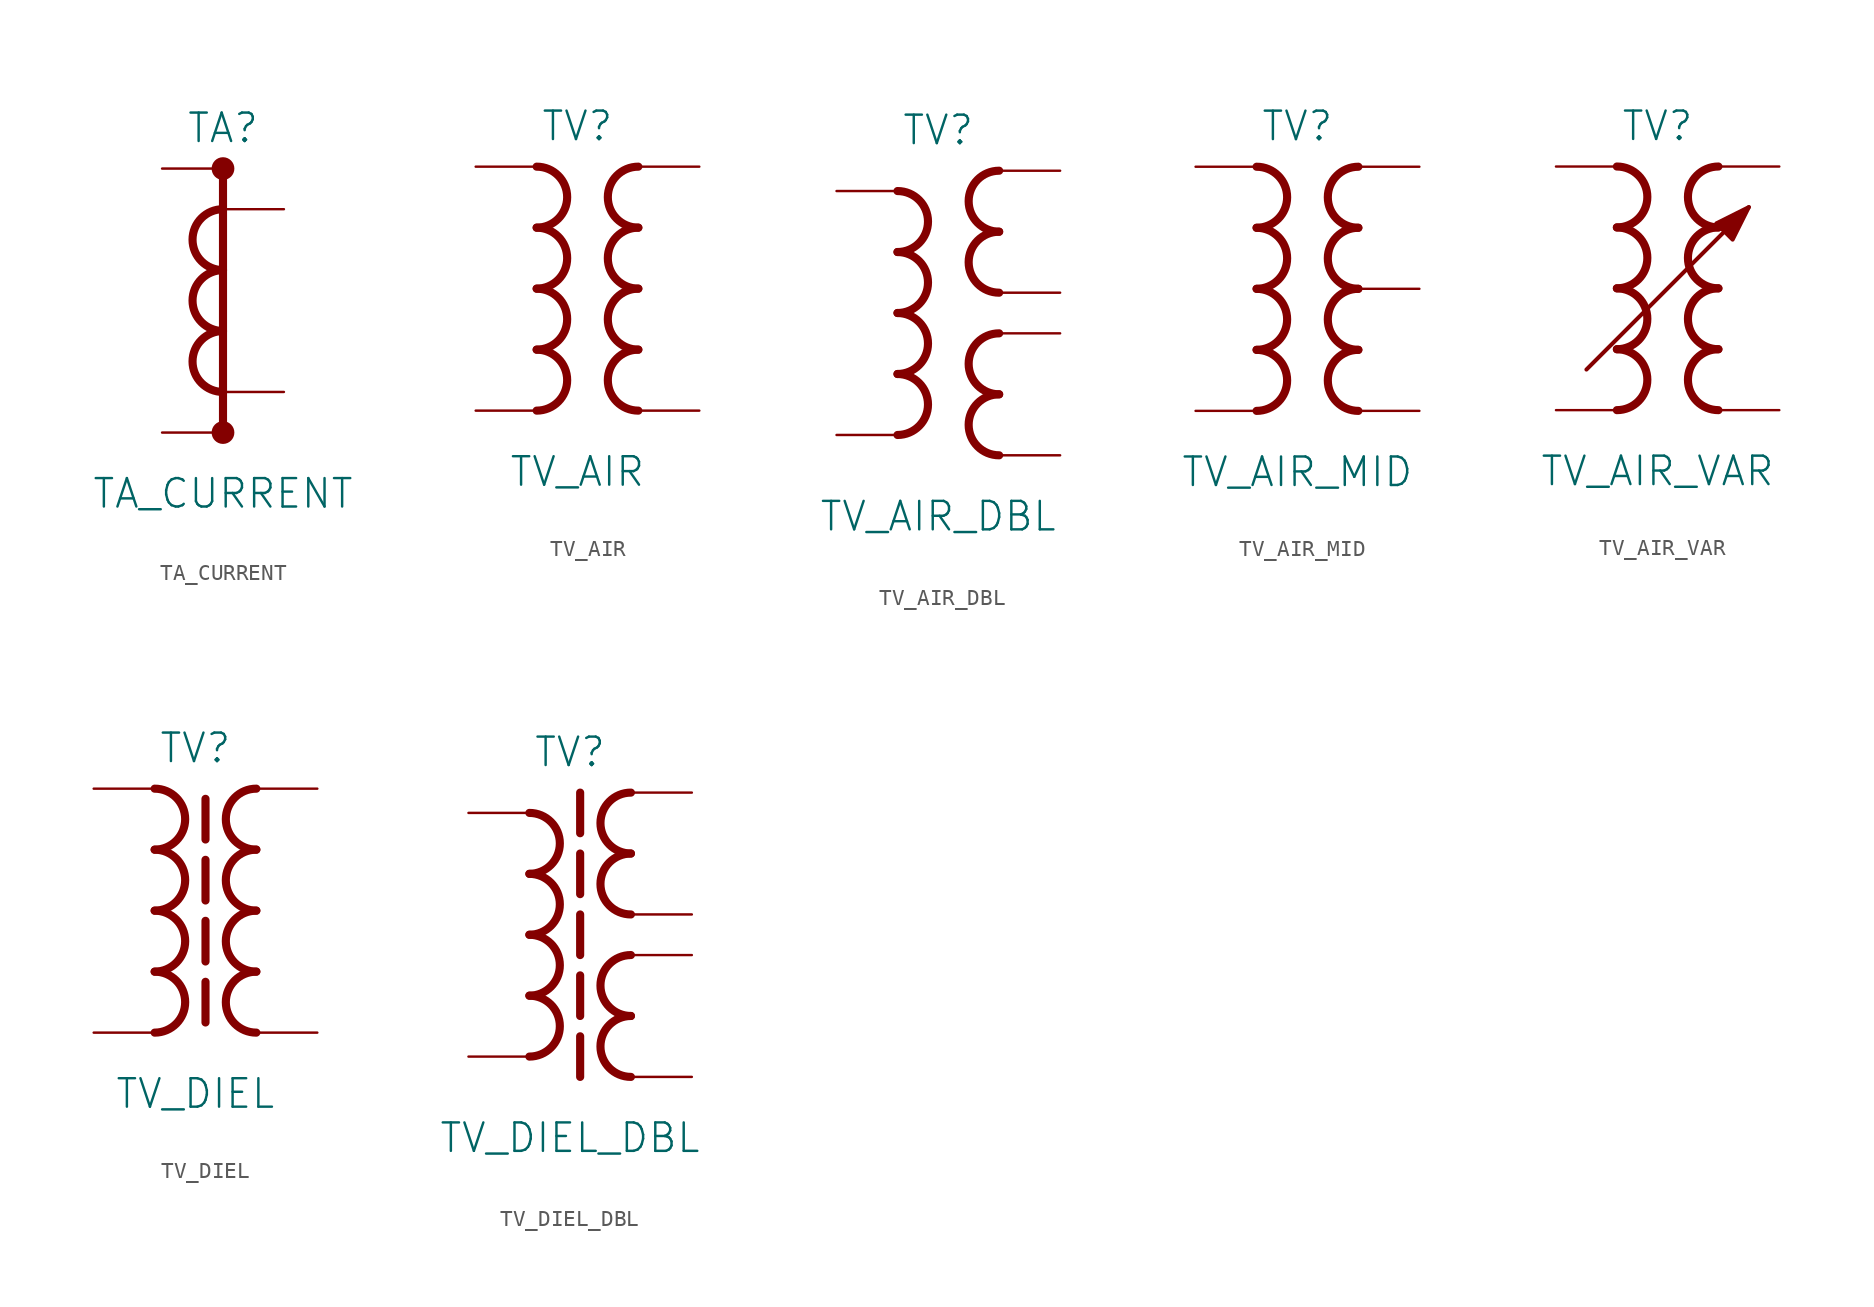
<source format=kicad_sym>
(kicad_symbol_lib
  (version 20211014)
  (generator kicad_symbol_editor)
  (symbol "TA_CURRENT"
    (pin_names
      (offset 0))
    (property "Reference" "TA"
      (at 0 11.43 0)
      (effects (font (size 1.778 1.778))))
    (property "Value" "TA_CURRENT"
      (at 0 -11.43 0)
      (effects (font (size 1.778 1.778))))
    (symbol "TA_CURRENT_0_1"
      (circle (center 0 -7.62) (radius 0.635) (stroke (width 0) (type default) (color 0 0 0 0)) (fill (type outline)))
      (arc (start 0 -1.27) (mid -1.905 -3.175) (end 0 -5.08) (stroke (width 0.508) (type default) (color 0 0 0 0)) (fill (type none)))
      (polyline (pts (xy -3.81 -7.62) (xy 0 -7.62)) (stroke (width 0) (type default) (color 0 0 0 0)) (fill (type none)))
      (polyline (pts (xy -3.81 8.89) (xy 0 8.89)) (stroke (width 0) (type default) (color 0 0 0 0)) (fill (type none)))
      (polyline (pts (xy 0 -5.08) (xy 3.81 -5.08)) (stroke (width 0) (type default) (color 0 0 0 0)) (fill (type none)))
      (polyline (pts (xy 0 6.35) (xy 3.81 6.35)) (stroke (width 0) (type default) (color 0 0 0 0)) (fill (type none)))
      (polyline (pts (xy 0 8.89) (xy 0 -7.62)) (stroke (width 0.508) (type default) (color 0 0 0 0)) (fill (type none)))
      (arc (start 0 2.54) (mid -1.905 0.635) (end 0 -1.27) (stroke (width 0.508) (type default) (color 0 0 0 0)) (fill (type none)))
      (arc (start 0 6.35) (mid -1.905 4.445) (end 0 2.54) (stroke (width 0.508) (type default) (color 0 0 0 0)) (fill (type none)))
      (circle (center 0 8.89) (radius 0.635) (stroke (width 0) (type default) (color 0 0 0 0)) (fill (type outline))))
    (symbol "TA_CURRENT_1_1"
      (pin passive line (at -3.81 8.89 0) (length 2.54) hide (name "~" (effects (font (size 1.27 1.27)))) (number "1" (effects (font (size 1.27 1.27)))))
      (pin passive line (at -3.81 -7.62 0) (length 2.54) hide (name "~" (effects (font (size 1.27 1.27)))) (number "2" (effects (font (size 1.27 1.27)))))
      (pin passive line (at 3.81 6.35 180) (length 2.54) hide (name "~" (effects (font (size 1.27 1.27)))) (number "3" (effects (font (size 1.27 1.27)))))
      (pin passive line (at 3.81 -5.08 180) (length 2.54) hide (name "~" (effects (font (size 1.27 1.27)))) (number "4" (effects (font (size 1.27 1.27)))))))
  (symbol "TV_AIR"
    (pin_names
      (offset 0))
    (property "Reference" "TV"
      (at -1.27 10.16 0)
      (effects (font (size 1.778 1.778))))
    (property "Value" "TV_AIR"
      (at -1.27 -11.43 0)
      (effects (font (size 1.778 1.778))))
    (symbol "TV_AIR_0_1"
      (arc (start -3.81 -7.62) (mid -1.905 -5.715) (end -3.81 -3.81) (stroke (width 0.508) (type default) (color 0 0 0 0)) (fill (type none)))
      (arc (start -3.81 -3.81) (mid -1.905 -1.905) (end -3.81 0) (stroke (width 0.508) (type default) (color 0 0 0 0)) (fill (type none)))
      (arc (start -3.81 0) (mid -1.905 1.905) (end -3.81 3.81) (stroke (width 0.508) (type default) (color 0 0 0 0)) (fill (type none)))
      (arc (start -3.81 3.81) (mid -1.905 5.715) (end -3.81 7.62) (stroke (width 0.508) (type default) (color 0 0 0 0)) (fill (type none)))
      (polyline (pts (xy -7.62 -7.62) (xy -3.81 -7.62)) (stroke (width 0) (type default) (color 0 0 0 0)) (fill (type none)))
      (polyline (pts (xy -7.62 7.62) (xy -3.81 7.62)) (stroke (width 0) (type default) (color 0 0 0 0)) (fill (type none)))
      (polyline (pts (xy 2.54 -7.62) (xy 6.35 -7.62)) (stroke (width 0) (type default) (color 0 0 0 0)) (fill (type none)))
      (polyline (pts (xy 2.54 7.62) (xy 6.35 7.62)) (stroke (width 0) (type default) (color 0 0 0 0)) (fill (type none)))
      (arc (start 2.54 -3.81) (mid 0.635 -5.715) (end 2.54 -7.62) (stroke (width 0.508) (type default) (color 0 0 0 0)) (fill (type none)))
      (arc (start 2.54 0) (mid 0.635 -1.905) (end 2.54 -3.81) (stroke (width 0.508) (type default) (color 0 0 0 0)) (fill (type none)))
      (arc (start 2.54 3.81) (mid 0.635 1.905) (end 2.54 0) (stroke (width 0.508) (type default) (color 0 0 0 0)) (fill (type none)))
      (arc (start 2.54 7.62) (mid 0.635 5.715) (end 2.54 3.81) (stroke (width 0.508) (type default) (color 0 0 0 0)) (fill (type none))))
    (symbol "TV_AIR_1_1"
      (pin passive line (at -7.62 7.62 0) (length 2.54) hide (name "~" (effects (font (size 1.27 1.27)))) (number "1" (effects (font (size 1.27 1.27)))))
      (pin passive line (at -7.62 -7.62 0) (length 2.54) hide (name "~" (effects (font (size 1.27 1.27)))) (number "2" (effects (font (size 1.27 1.27)))))
      (pin passive line (at 6.35 7.62 180) (length 2.54) hide (name "~" (effects (font (size 1.27 1.27)))) (number "3" (effects (font (size 1.27 1.27)))))
      (pin passive line (at 6.35 -7.62 180) (length 2.54) hide (name "~" (effects (font (size 1.27 1.27)))) (number "4" (effects (font (size 1.27 1.27)))))))
  (symbol "TV_AIR_DBL"
    (pin_names
      (offset 0))
    (property "Reference" "TV"
      (at -1.27 11.43 0)
      (effects (font (size 1.778 1.778))))
    (property "Value" "TV_AIR_DBL"
      (at -1.27 -12.7 0)
      (effects (font (size 1.778 1.778))))
    (symbol "TV_AIR_DBL_0_1"
      (arc (start -3.81 -7.62) (mid -1.905 -5.715) (end -3.81 -3.81) (stroke (width 0.508) (type default) (color 0 0 0 0)) (fill (type none)))
      (arc (start -3.81 -3.81) (mid -1.905 -1.905) (end -3.81 0) (stroke (width 0.508) (type default) (color 0 0 0 0)) (fill (type none)))
      (arc (start -3.81 0) (mid -1.905 1.905) (end -3.81 3.81) (stroke (width 0.508) (type default) (color 0 0 0 0)) (fill (type none)))
      (arc (start -3.81 3.81) (mid -1.905 5.715) (end -3.81 7.62) (stroke (width 0.508) (type default) (color 0 0 0 0)) (fill (type none)))
      (polyline (pts (xy -7.62 -7.62) (xy -3.81 -7.62)) (stroke (width 0) (type default) (color 0 0 0 0)) (fill (type none)))
      (polyline (pts (xy -7.62 7.62) (xy -3.81 7.62)) (stroke (width 0) (type default) (color 0 0 0 0)) (fill (type none)))
      (polyline (pts (xy 2.54 -8.89) (xy 6.35 -8.89)) (stroke (width 0) (type default) (color 0 0 0 0)) (fill (type none)))
      (polyline (pts (xy 2.54 -1.27) (xy 6.35 -1.27)) (stroke (width 0) (type default) (color 0 0 0 0)) (fill (type none)))
      (polyline (pts (xy 2.54 1.27) (xy 6.35 1.27)) (stroke (width 0) (type default) (color 0 0 0 0)) (fill (type none)))
      (polyline (pts (xy 2.54 8.89) (xy 6.35 8.89)) (stroke (width 0) (type default) (color 0 0 0 0)) (fill (type none)))
      (arc (start 2.54 -5.08) (mid 0.635 -6.985) (end 2.54 -8.89) (stroke (width 0.508) (type default) (color 0 0 0 0)) (fill (type none)))
      (arc (start 2.54 -1.27) (mid 0.635 -3.175) (end 2.54 -5.08) (stroke (width 0.508) (type default) (color 0 0 0 0)) (fill (type none)))
      (arc (start 2.54 5.08) (mid 0.635 3.175) (end 2.54 1.27) (stroke (width 0.508) (type default) (color 0 0 0 0)) (fill (type none)))
      (arc (start 2.54 8.89) (mid 0.635 6.985) (end 2.54 5.08) (stroke (width 0.508) (type default) (color 0 0 0 0)) (fill (type none))))
    (symbol "TV_AIR_DBL_1_1"
      (pin passive line (at -7.62 7.62 0) (length 2.54) hide (name "~" (effects (font (size 1.27 1.27)))) (number "1" (effects (font (size 1.27 1.27)))))
      (pin passive line (at -7.62 -7.62 0) (length 2.54) hide (name "~" (effects (font (size 1.27 1.27)))) (number "2" (effects (font (size 1.27 1.27)))))
      (pin passive line (at 6.35 8.89 180) (length 2.54) hide (name "~" (effects (font (size 1.27 1.27)))) (number "3" (effects (font (size 1.27 1.27)))))
      (pin passive line (at 6.35 1.27 180) (length 2.54) hide (name "~" (effects (font (size 1.27 1.27)))) (number "4" (effects (font (size 1.27 1.27)))))
      (pin passive line (at 6.35 -1.27 180) (length 2.54) hide (name "~" (effects (font (size 1.27 1.27)))) (number "5" (effects (font (size 1.27 1.27)))))
      (pin passive line (at 6.35 -8.89 180) (length 2.54) hide (name "~" (effects (font (size 1.27 1.27)))) (number "6" (effects (font (size 1.27 1.27)))))))
  (symbol "TV_AIR_MID"
    (pin_names
      (offset 0))
    (property "Reference" "TV"
      (at -1.27 10.16 0)
      (effects (font (size 1.778 1.778))))
    (property "Value" "TV_AIR_MID"
      (at -1.27 -11.43 0)
      (effects (font (size 1.778 1.778))))
    (symbol "TV_AIR_MID_0_1"
      (arc (start -3.81 -7.62) (mid -1.905 -5.715) (end -3.81 -3.81) (stroke (width 0.508) (type default) (color 0 0 0 0)) (fill (type none)))
      (arc (start -3.81 -3.81) (mid -1.905 -1.905) (end -3.81 0) (stroke (width 0.508) (type default) (color 0 0 0 0)) (fill (type none)))
      (arc (start -3.81 0) (mid -1.905 1.905) (end -3.81 3.81) (stroke (width 0.508) (type default) (color 0 0 0 0)) (fill (type none)))
      (arc (start -3.81 3.81) (mid -1.905 5.715) (end -3.81 7.62) (stroke (width 0.508) (type default) (color 0 0 0 0)) (fill (type none)))
      (polyline (pts (xy -7.62 -7.62) (xy -3.81 -7.62)) (stroke (width 0) (type default) (color 0 0 0 0)) (fill (type none)))
      (polyline (pts (xy -7.62 7.62) (xy -3.81 7.62)) (stroke (width 0) (type default) (color 0 0 0 0)) (fill (type none)))
      (polyline (pts (xy 2.54 -7.62) (xy 6.35 -7.62)) (stroke (width 0) (type default) (color 0 0 0 0)) (fill (type none)))
      (polyline (pts (xy 2.54 0) (xy 6.35 0)) (stroke (width 0) (type default) (color 0 0 0 0)) (fill (type none)))
      (polyline (pts (xy 2.54 7.62) (xy 6.35 7.62)) (stroke (width 0) (type default) (color 0 0 0 0)) (fill (type none)))
      (arc (start 2.54 -3.81) (mid 0.635 -5.715) (end 2.54 -7.62) (stroke (width 0.508) (type default) (color 0 0 0 0)) (fill (type none)))
      (arc (start 2.54 0) (mid 0.635 -1.905) (end 2.54 -3.81) (stroke (width 0.508) (type default) (color 0 0 0 0)) (fill (type none)))
      (arc (start 2.54 3.81) (mid 0.635 1.905) (end 2.54 0) (stroke (width 0.508) (type default) (color 0 0 0 0)) (fill (type none)))
      (arc (start 2.54 7.62) (mid 0.635 5.715) (end 2.54 3.81) (stroke (width 0.508) (type default) (color 0 0 0 0)) (fill (type none))))
    (symbol "TV_AIR_MID_1_1"
      (pin passive line (at -7.62 7.62 0) (length 2.54) hide (name "~" (effects (font (size 1.27 1.27)))) (number "1" (effects (font (size 1.27 1.27)))))
      (pin passive line (at -7.62 -7.62 0) (length 2.54) hide (name "~" (effects (font (size 1.27 1.27)))) (number "2" (effects (font (size 1.27 1.27)))))
      (pin passive line (at 6.35 7.62 180) (length 2.54) hide (name "~" (effects (font (size 1.27 1.27)))) (number "3" (effects (font (size 1.27 1.27)))))
      (pin passive line (at 6.35 0 180) (length 2.54) hide (name "~" (effects (font (size 1.27 1.27)))) (number "4" (effects (font (size 1.27 1.27)))))
      (pin passive line (at 6.35 -7.62 180) (length 2.54) hide (name "~" (effects (font (size 1.27 1.27)))) (number "5" (effects (font (size 1.27 1.27)))))))
  (symbol "TV_AIR_VAR"
    (pin_names
      (offset 0))
    (property "Reference" "TV"
      (at -1.27 10.16 0)
      (effects (font (size 1.778 1.778))))
    (property "Value" "TV_AIR_VAR"
      (at -1.27 -11.43 0)
      (effects (font (size 1.778 1.778))))
    (symbol "TV_AIR_VAR_0_1"
      (arc (start -3.81 -7.62) (mid -1.905 -5.715) (end -3.81 -3.81) (stroke (width 0.508) (type default) (color 0 0 0 0)) (fill (type none)))
      (arc (start -3.81 -3.81) (mid -1.905 -1.905) (end -3.81 0) (stroke (width 0.508) (type default) (color 0 0 0 0)) (fill (type none)))
      (arc (start -3.81 0) (mid -1.905 1.905) (end -3.81 3.81) (stroke (width 0.508) (type default) (color 0 0 0 0)) (fill (type none)))
      (arc (start -3.81 3.81) (mid -1.905 5.715) (end -3.81 7.62) (stroke (width 0.508) (type default) (color 0 0 0 0)) (fill (type none)))
      (polyline (pts (xy -7.62 -7.62) (xy -3.81 -7.62)) (stroke (width 0) (type default) (color 0 0 0 0)) (fill (type none)))
      (polyline (pts (xy -7.62 7.62) (xy -3.81 7.62)) (stroke (width 0) (type default) (color 0 0 0 0)) (fill (type none)))
      (polyline (pts (xy 2.54 -7.62) (xy 6.35 -7.62)) (stroke (width 0) (type default) (color 0 0 0 0)) (fill (type none)))
      (polyline (pts (xy 2.54 7.62) (xy 6.35 7.62)) (stroke (width 0) (type default) (color 0 0 0 0)) (fill (type none)))
      (polyline (pts (xy 4.445 5.08) (xy -5.715 -5.08)) (stroke (width 0.254) (type default) (color 0 0 0 0)) (fill (type none)))
      (polyline (pts (xy 4.445 5.08) (xy 2.413 4.064) (xy 3.429 3.048) (xy 4.445 5.08)) (stroke (width 0.254) (type default) (color 0 0 0 0)) (fill (type outline)))
      (arc (start 2.54 -3.81) (mid 0.635 -5.715) (end 2.54 -7.62) (stroke (width 0.508) (type default) (color 0 0 0 0)) (fill (type none)))
      (arc (start 2.54 0) (mid 0.635 -1.905) (end 2.54 -3.81) (stroke (width 0.508) (type default) (color 0 0 0 0)) (fill (type none)))
      (arc (start 2.54 3.81) (mid 0.635 1.905) (end 2.54 0) (stroke (width 0.508) (type default) (color 0 0 0 0)) (fill (type none)))
      (arc (start 2.54 7.62) (mid 0.635 5.715) (end 2.54 3.81) (stroke (width 0.508) (type default) (color 0 0 0 0)) (fill (type none))))
    (symbol "TV_AIR_VAR_1_1"
      (pin passive line (at -7.62 7.62 0) (length 2.54) hide (name "~" (effects (font (size 1.27 1.27)))) (number "1" (effects (font (size 1.27 1.27)))))
      (pin passive line (at -7.62 -7.62 0) (length 2.54) hide (name "~" (effects (font (size 1.27 1.27)))) (number "2" (effects (font (size 1.27 1.27)))))
      (pin passive line (at 6.35 7.62 180) (length 2.54) hide (name "~" (effects (font (size 1.27 1.27)))) (number "3" (effects (font (size 1.27 1.27)))))
      (pin passive line (at 6.35 -7.62 180) (length 2.54) hide (name "~" (effects (font (size 1.27 1.27)))) (number "4" (effects (font (size 1.27 1.27)))))))
  (symbol "TV_DIEL"
    (pin_names
      (offset 0))
    (property "Reference" "TV"
      (at -1.27 10.16 0)
      (effects (font (size 1.778 1.778))))
    (property "Value" "TV_DIEL"
      (at -1.27 -11.43 0)
      (effects (font (size 1.778 1.778))))
    (symbol "TV_DIEL_0_1"
      (arc (start -3.81 -7.62) (mid -1.905 -5.715) (end -3.81 -3.81) (stroke (width 0.508) (type default) (color 0 0 0 0)) (fill (type none)))
      (arc (start -3.81 -3.81) (mid -1.905 -1.905) (end -3.81 0) (stroke (width 0.508) (type default) (color 0 0 0 0)) (fill (type none)))
      (arc (start -3.81 0) (mid -1.905 1.905) (end -3.81 3.81) (stroke (width 0.508) (type default) (color 0 0 0 0)) (fill (type none)))
      (arc (start -3.81 3.81) (mid -1.905 5.715) (end -3.81 7.62) (stroke (width 0.508) (type default) (color 0 0 0 0)) (fill (type none)))
      (polyline (pts (xy -7.62 -7.62) (xy -3.81 -7.62)) (stroke (width 0) (type default) (color 0 0 0 0)) (fill (type none)))
      (polyline (pts (xy -7.62 7.62) (xy -3.81 7.62)) (stroke (width 0) (type default) (color 0 0 0 0)) (fill (type none)))
      (polyline (pts (xy -0.635 -4.445) (xy -0.635 -6.985)) (stroke (width 0.508) (type default) (color 0 0 0 0)) (fill (type none)))
      (polyline (pts (xy -0.635 -0.635) (xy -0.635 -3.175)) (stroke (width 0.508) (type default) (color 0 0 0 0)) (fill (type none)))
      (polyline (pts (xy -0.635 3.175) (xy -0.635 0.635)) (stroke (width 0.508) (type default) (color 0 0 0 0)) (fill (type none)))
      (polyline (pts (xy -0.635 6.985) (xy -0.635 4.445)) (stroke (width 0.508) (type default) (color 0 0 0 0)) (fill (type none)))
      (polyline (pts (xy 2.54 -7.62) (xy 6.35 -7.62)) (stroke (width 0) (type default) (color 0 0 0 0)) (fill (type none)))
      (polyline (pts (xy 2.54 7.62) (xy 6.35 7.62)) (stroke (width 0) (type default) (color 0 0 0 0)) (fill (type none)))
      (arc (start 2.54 -3.81) (mid 0.635 -5.715) (end 2.54 -7.62) (stroke (width 0.508) (type default) (color 0 0 0 0)) (fill (type none)))
      (arc (start 2.54 3.81) (mid 0.635 1.905) (end 2.54 0) (stroke (width 0.508) (type default) (color 0 0 0 0)) (fill (type none)))
      (arc (start 2.54 7.62) (mid 0.635 5.715) (end 2.54 3.81) (stroke (width 0.508) (type default) (color 0 0 0 0)) (fill (type none))))
    (symbol "TV_DIEL_1_1"
      (arc (start 2.54 0) (mid 0.635 -1.905) (end 2.54 -3.81) (stroke (width 0.508) (type default) (color 0 0 0 0)) (fill (type none)))
      (pin passive line (at -7.62 7.62 0) (length 2.54) hide (name "~" (effects (font (size 1.27 1.27)))) (number "1" (effects (font (size 1.27 1.27)))))
      (pin passive line (at -7.62 -7.62 0) (length 2.54) hide (name "~" (effects (font (size 1.27 1.27)))) (number "2" (effects (font (size 1.27 1.27)))))
      (pin passive line (at 6.35 7.62 180) (length 2.54) hide (name "~" (effects (font (size 1.27 1.27)))) (number "3" (effects (font (size 1.27 1.27)))))
      (pin passive line (at 6.35 -7.62 180) (length 2.54) hide (name "~" (effects (font (size 1.27 1.27)))) (number "4" (effects (font (size 1.27 1.27)))))))
  (symbol "TV_DIEL_DBL"
    (pin_names
      (offset 0))
    (property "Reference" "TV"
      (at -1.27 11.43 0)
      (effects (font (size 1.778 1.778))))
    (property "Value" "TV_DIEL_DBL"
      (at -1.27 -12.7 0)
      (effects (font (size 1.778 1.778))))
    (symbol "TV_DIEL_DBL_0_1"
      (arc (start -3.81 -7.62) (mid -1.905 -5.715) (end -3.81 -3.81) (stroke (width 0.508) (type default) (color 0 0 0 0)) (fill (type none)))
      (arc (start -3.81 -3.81) (mid -1.905 -1.905) (end -3.81 0) (stroke (width 0.508) (type default) (color 0 0 0 0)) (fill (type none)))
      (arc (start -3.81 0) (mid -1.905 1.905) (end -3.81 3.81) (stroke (width 0.508) (type default) (color 0 0 0 0)) (fill (type none)))
      (arc (start -3.81 3.81) (mid -1.905 5.715) (end -3.81 7.62) (stroke (width 0.508) (type default) (color 0 0 0 0)) (fill (type none)))
      (polyline (pts (xy -7.62 -7.62) (xy -3.81 -7.62)) (stroke (width 0) (type default) (color 0 0 0 0)) (fill (type none)))
      (polyline (pts (xy -7.62 7.62) (xy -3.81 7.62)) (stroke (width 0) (type default) (color 0 0 0 0)) (fill (type none)))
      (polyline (pts (xy -0.635 -6.35) (xy -0.635 -8.89)) (stroke (width 0.508) (type default) (color 0 0 0 0)) (fill (type none)))
      (polyline (pts (xy -0.635 -2.54) (xy -0.635 -5.08)) (stroke (width 0.508) (type default) (color 0 0 0 0)) (fill (type none)))
      (polyline (pts (xy -0.635 1.27) (xy -0.635 -1.27)) (stroke (width 0.508) (type default) (color 0 0 0 0)) (fill (type none)))
      (polyline (pts (xy -0.635 5.08) (xy -0.635 2.54)) (stroke (width 0.508) (type default) (color 0 0 0 0)) (fill (type none)))
      (polyline (pts (xy -0.635 8.89) (xy -0.635 6.35)) (stroke (width 0.508) (type default) (color 0 0 0 0)) (fill (type none)))
      (polyline (pts (xy 2.54 -8.89) (xy 6.35 -8.89)) (stroke (width 0) (type default) (color 0 0 0 0)) (fill (type none)))
      (polyline (pts (xy 2.54 -1.27) (xy 6.35 -1.27)) (stroke (width 0) (type default) (color 0 0 0 0)) (fill (type none)))
      (polyline (pts (xy 2.54 1.27) (xy 6.35 1.27)) (stroke (width 0) (type default) (color 0 0 0 0)) (fill (type none)))
      (polyline (pts (xy 2.54 8.89) (xy 6.35 8.89)) (stroke (width 0) (type default) (color 0 0 0 0)) (fill (type none)))
      (arc (start 2.54 -5.08) (mid 0.635 -6.985) (end 2.54 -8.89) (stroke (width 0.508) (type default) (color 0 0 0 0)) (fill (type none)))
      (arc (start 2.54 -1.27) (mid 0.635 -3.175) (end 2.54 -5.08) (stroke (width 0.508) (type default) (color 0 0 0 0)) (fill (type none)))
      (arc (start 2.54 5.08) (mid 0.635 3.175) (end 2.54 1.27) (stroke (width 0.508) (type default) (color 0 0 0 0)) (fill (type none)))
      (arc (start 2.54 8.89) (mid 0.635 6.985) (end 2.54 5.08) (stroke (width 0.508) (type default) (color 0 0 0 0)) (fill (type none))))
    (symbol "TV_DIEL_DBL_1_1"
      (pin passive line (at -7.62 7.62 0) (length 2.54) hide (name "~" (effects (font (size 1.27 1.27)))) (number "1" (effects (font (size 1.27 1.27)))))
      (pin passive line (at -7.62 -7.62 0) (length 2.54) hide (name "~" (effects (font (size 1.27 1.27)))) (number "2" (effects (font (size 1.27 1.27)))))
      (pin passive line (at 6.35 8.89 180) (length 2.54) hide (name "~" (effects (font (size 1.27 1.27)))) (number "3" (effects (font (size 1.27 1.27)))))
      (pin passive line (at 6.35 1.27 180) (length 2.54) hide (name "~" (effects (font (size 1.27 1.27)))) (number "4" (effects (font (size 1.27 1.27)))))
      (pin passive line (at 6.35 -1.27 180) (length 2.54) hide (name "~" (effects (font (size 1.27 1.27)))) (number "5" (effects (font (size 1.27 1.27)))))
      (pin passive line (at 6.35 -8.89 180) (length 2.54) hide (name "~" (effects (font (size 1.27 1.27)))) (number "6" (effects (font (size 1.27 1.27))))))))
</source>
